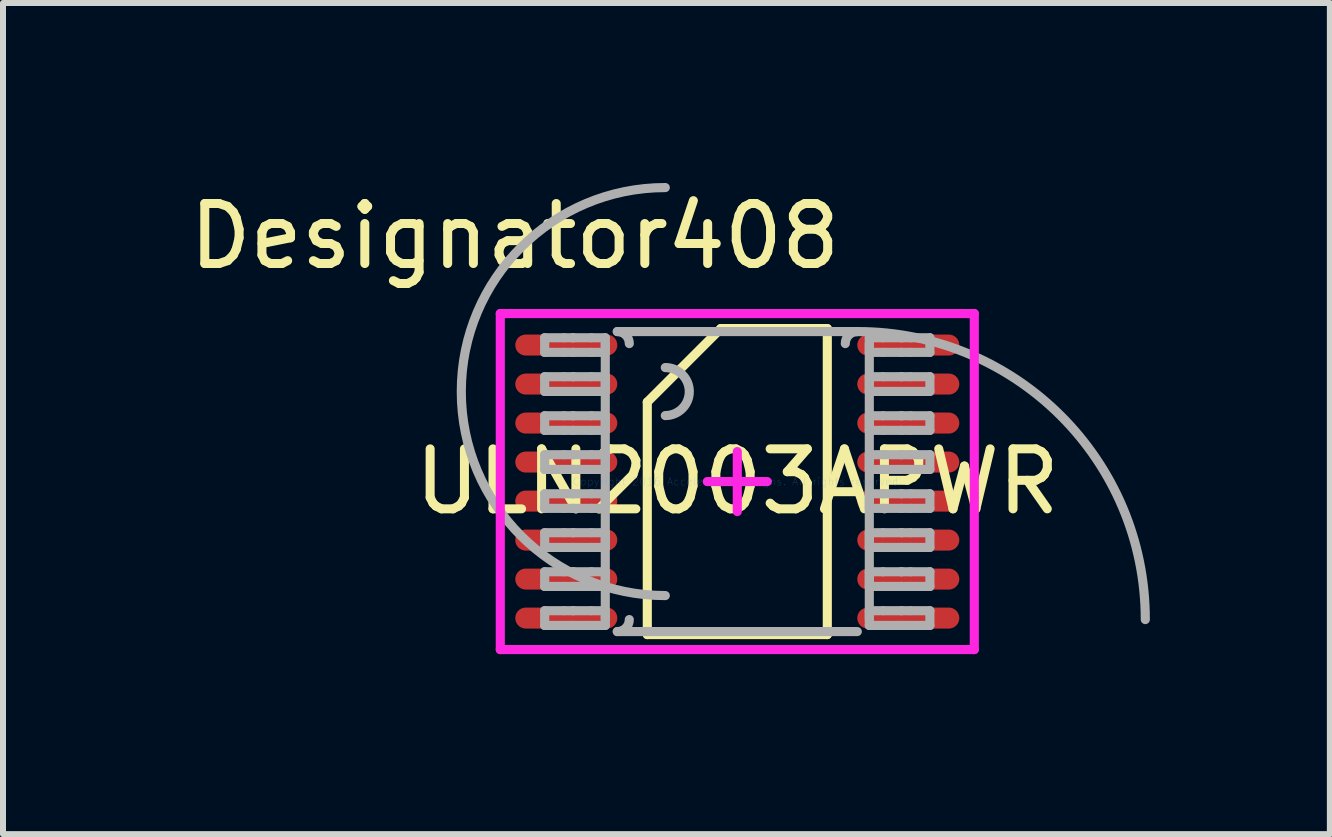
<source format=kicad_pcb>
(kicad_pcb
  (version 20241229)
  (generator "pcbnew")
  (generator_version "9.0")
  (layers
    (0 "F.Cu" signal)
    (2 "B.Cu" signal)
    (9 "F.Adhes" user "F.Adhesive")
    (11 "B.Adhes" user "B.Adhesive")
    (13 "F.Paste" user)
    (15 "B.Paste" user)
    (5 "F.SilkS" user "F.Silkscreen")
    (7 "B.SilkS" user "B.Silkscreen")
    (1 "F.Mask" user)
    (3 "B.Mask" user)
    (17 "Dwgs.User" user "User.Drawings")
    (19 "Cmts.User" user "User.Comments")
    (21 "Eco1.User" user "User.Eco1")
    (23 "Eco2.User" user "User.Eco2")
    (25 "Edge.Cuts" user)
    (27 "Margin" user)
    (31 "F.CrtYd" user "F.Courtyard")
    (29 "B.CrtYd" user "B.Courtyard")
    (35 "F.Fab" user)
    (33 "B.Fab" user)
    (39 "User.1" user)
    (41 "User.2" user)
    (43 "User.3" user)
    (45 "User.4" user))
  (footprint "ULN2003APWR"
    (layer "F.Cu")
    (at 9.238 4.976)
    (property "Reference" "ULN2003APWR" (at 0 0 0) (layer "F.SilkS") (effects (font (size 1 1) (thickness 0.15))))
    (attr through_hole)
    (fp_line (start -1.5 -1.325) (end -0.275 -2.55) (stroke (width 0.152) (type solid)) (layer "F.SilkS"))
    (fp_line (start -1.5 2.55) (end -1.5 -1.325) (stroke (width 0.152) (type solid)) (layer "F.SilkS"))
    (fp_line (start -1.5 2.55) (end 1.5 2.55) (stroke (width 0.152) (type solid)) (layer "F.SilkS"))
    (fp_line (start -0.275 -2.55) (end 1.5 -2.55) (stroke (width 0.152) (type solid)) (layer "F.SilkS"))
    (fp_line (start 1.5 2.55) (end 1.5 -2.55) (stroke (width 0.152) (type solid)) (layer "F.SilkS"))
    (fp_line (start -3.95 -2.8) (end 3.95 -2.8) (stroke (width 0.152) (type solid)) (layer "F.CrtYd"))
    (fp_line (start -3.95 2.8) (end -3.95 -2.8) (stroke (width 0.152) (type solid)) (layer "F.CrtYd"))
    (fp_line (start -3.95 2.8) (end 3.95 2.8) (stroke (width 0.152) (type solid)) (layer "F.CrtYd"))
    (fp_line (start -0.5 -0.000003) (end 0.5 -0.000003) (stroke (width 0.152) (type solid)) (layer "F.CrtYd"))
    (fp_line (start 0 0.5) (end 0 -0.5) (stroke (width 0.152) (type solid)) (layer "F.CrtYd"))
    (fp_line (start 3.95 2.8) (end 3.95 -2.8) (stroke (width 0.152) (type solid)) (layer "F.CrtYd"))
    (fp_line (start -3.21 -2.397) (end -2.887 -2.397) (stroke (width 0.152) (type solid)) (layer "F.Fab"))
    (fp_line (start -3.21 -2.153) (end -3.21 -2.397) (stroke (width 0.152) (type solid)) (layer "F.Fab"))
    (fp_line (start -3.21 -2.153) (end -2.887 -2.153) (stroke (width 0.152) (type solid)) (layer "F.Fab"))
    (fp_line (start -3.21 -1.748) (end -2.887 -1.748) (stroke (width 0.152) (type solid)) (layer "F.Fab"))
    (fp_line (start -3.21 -1.502) (end -3.21 -1.748) (stroke (width 0.152) (type solid)) (layer "F.Fab"))
    (fp_line (start -3.21 -1.502) (end -2.887 -1.502) (stroke (width 0.152) (type solid)) (layer "F.Fab"))
    (fp_line (start -3.21 -1.097) (end -2.887 -1.097) (stroke (width 0.152) (type solid)) (layer "F.Fab"))
    (fp_line (start -3.21 -0.853) (end -3.21 -1.097) (stroke (width 0.152) (type solid)) (layer "F.Fab"))
    (fp_line (start -3.21 -0.853) (end -2.887 -0.853) (stroke (width 0.152) (type solid)) (layer "F.Fab"))
    (fp_line (start -3.21 -0.448) (end -2.887 -0.448) (stroke (width 0.152) (type solid)) (layer "F.Fab"))
    (fp_line (start -3.21 -0.202) (end -3.21 -0.448) (stroke (width 0.152) (type solid)) (layer "F.Fab"))
    (fp_line (start -3.21 -0.202) (end -2.887 -0.202) (stroke (width 0.152) (type solid)) (layer "F.Fab"))
    (fp_line (start -3.21 0.203) (end -2.887 0.203) (stroke (width 0.152) (type solid)) (layer "F.Fab"))
    (fp_line (start -3.21 0.447) (end -3.21 0.203) (stroke (width 0.152) (type solid)) (layer "F.Fab"))
    (fp_line (start -3.21 0.447) (end -2.887 0.447) (stroke (width 0.152) (type solid)) (layer "F.Fab"))
    (fp_line (start -3.21 0.852) (end -2.887 0.852) (stroke (width 0.152) (type solid)) (layer "F.Fab"))
    (fp_line (start -3.21 1.098) (end -3.21 0.852) (stroke (width 0.152) (type solid)) (layer "F.Fab"))
    (fp_line (start -3.21 1.098) (end -2.887 1.098) (stroke (width 0.152) (type solid)) (layer "F.Fab"))
    (fp_line (start -3.21 1.503) (end -2.887 1.503) (stroke (width 0.152) (type solid)) (layer "F.Fab"))
    (fp_line (start -3.21 1.748) (end -3.21 1.503) (stroke (width 0.152) (type solid)) (layer "F.Fab"))
    (fp_line (start -3.21 1.748) (end -2.887 1.748) (stroke (width 0.152) (type solid)) (layer "F.Fab"))
    (fp_line (start -3.21 2.152) (end -2.887 2.152) (stroke (width 0.152) (type solid)) (layer "F.Fab"))
    (fp_line (start -3.21 2.398) (end -3.21 2.152) (stroke (width 0.152) (type solid)) (layer "F.Fab"))
    (fp_line (start -3.21 2.398) (end -2.887 2.398) (stroke (width 0.152) (type solid)) (layer "F.Fab"))
    (fp_line (start -2.887 -2.397) (end -2.739 -2.397) (stroke (width 0.152) (type solid)) (layer "F.Fab"))
    (fp_line (start -2.887 -2.153) (end -2.739 -2.153) (stroke (width 0.152) (type solid)) (layer "F.Fab"))
    (fp_line (start -2.887 -1.748) (end -2.739 -1.748) (stroke (width 0.152) (type solid)) (layer "F.Fab"))
    (fp_line (start -2.887 -1.502) (end -2.739 -1.502) (stroke (width 0.152) (type solid)) (layer "F.Fab"))
    (fp_line (start -2.887 -1.097) (end -2.739 -1.097) (stroke (width 0.152) (type solid)) (layer "F.Fab"))
    (fp_line (start -2.887 -0.853) (end -2.739 -0.853) (stroke (width 0.152) (type solid)) (layer "F.Fab"))
    (fp_line (start -2.887 -0.448) (end -2.739 -0.448) (stroke (width 0.152) (type solid)) (layer "F.Fab"))
    (fp_line (start -2.887 -0.202) (end -2.739 -0.202) (stroke (width 0.152) (type solid)) (layer "F.Fab"))
    (fp_line (start -2.887 0.203) (end -2.739 0.203) (stroke (width 0.152) (type solid)) (layer "F.Fab"))
    (fp_line (start -2.887 0.447) (end -2.739 0.447) (stroke (width 0.152) (type solid)) (layer "F.Fab"))
    (fp_line (start -2.887 0.852) (end -2.739 0.852) (stroke (width 0.152) (type solid)) (layer "F.Fab"))
    (fp_line (start -2.887 1.098) (end -2.739 1.098) (stroke (width 0.152) (type solid)) (layer "F.Fab"))
    (fp_line (start -2.887 1.503) (end -2.739 1.503) (stroke (width 0.152) (type solid)) (layer "F.Fab"))
    (fp_line (start -2.887 1.748) (end -2.739 1.748) (stroke (width 0.152) (type solid)) (layer "F.Fab"))
    (fp_line (start -2.887 2.152) (end -2.739 2.152) (stroke (width 0.152) (type solid)) (layer "F.Fab"))
    (fp_line (start -2.887 2.398) (end -2.739 2.398) (stroke (width 0.152) (type solid)) (layer "F.Fab"))
    (fp_line (start -2.739 -2.397) (end -2.733 -2.397) (stroke (width 0.152) (type solid)) (layer "F.Fab"))
    (fp_line (start -2.739 -2.153) (end -2.733 -2.153) (stroke (width 0.152) (type solid)) (layer "F.Fab"))
    (fp_line (start -2.739 -1.748) (end -2.733 -1.748) (stroke (width 0.152) (type solid)) (layer "F.Fab"))
    (fp_line (start -2.739 -1.502) (end -2.733 -1.502) (stroke (width 0.152) (type solid)) (layer "F.Fab"))
    (fp_line (start -2.739 -1.097) (end -2.733 -1.097) (stroke (width 0.152) (type solid)) (layer "F.Fab"))
    (fp_line (start -2.739 -0.853) (end -2.733 -0.853) (stroke (width 0.152) (type solid)) (layer "F.Fab"))
    (fp_line (start -2.739 -0.448) (end -2.733 -0.448) (stroke (width 0.152) (type solid)) (layer "F.Fab"))
    (fp_line (start -2.739 -0.202) (end -2.733 -0.202) (stroke (width 0.152) (type solid)) (layer "F.Fab"))
    (fp_line (start -2.739 0.203) (end -2.733 0.203) (stroke (width 0.152) (type solid)) (layer "F.Fab"))
    (fp_line (start -2.739 0.447) (end -2.733 0.447) (stroke (width 0.152) (type solid)) (layer "F.Fab"))
    (fp_line (start -2.739 0.852) (end -2.733 0.852) (stroke (width 0.152) (type solid)) (layer "F.Fab"))
    (fp_line (start -2.739 1.098) (end -2.733 1.098) (stroke (width 0.152) (type solid)) (layer "F.Fab"))
    (fp_line (start -2.739 1.503) (end -2.733 1.503) (stroke (width 0.152) (type solid)) (layer "F.Fab"))
    (fp_line (start -2.739 1.748) (end -2.733 1.748) (stroke (width 0.152) (type solid)) (layer "F.Fab"))
    (fp_line (start -2.739 2.152) (end -2.733 2.152) (stroke (width 0.152) (type solid)) (layer "F.Fab"))
    (fp_line (start -2.739 2.398) (end -2.733 2.398) (stroke (width 0.152) (type solid)) (layer "F.Fab"))
    (fp_line (start -2.733 -2.397) (end -2.431 -2.397) (stroke (width 0.152) (type solid)) (layer "F.Fab"))
    (fp_line (start -2.733 -2.153) (end -2.431 -2.153) (stroke (width 0.152) (type solid)) (layer "F.Fab"))
    (fp_line (start -2.733 -1.748) (end -2.431 -1.748) (stroke (width 0.152) (type solid)) (layer "F.Fab"))
    (fp_line (start -2.733 -1.502) (end -2.431 -1.502) (stroke (width 0.152) (type solid)) (layer "F.Fab"))
    (fp_line (start -2.733 -1.097) (end -2.431 -1.097) (stroke (width 0.152) (type solid)) (layer "F.Fab"))
    (fp_line (start -2.733 -0.853) (end -2.431 -0.853) (stroke (width 0.152) (type solid)) (layer "F.Fab"))
    (fp_line (start -2.733 -0.448) (end -2.431 -0.448) (stroke (width 0.152) (type solid)) (layer "F.Fab"))
    (fp_line (start -2.733 -0.202) (end -2.431 -0.202) (stroke (width 0.152) (type solid)) (layer "F.Fab"))
    (fp_line (start -2.733 0.203) (end -2.431 0.203) (stroke (width 0.152) (type solid)) (layer "F.Fab"))
    (fp_line (start -2.733 0.447) (end -2.431 0.447) (stroke (width 0.152) (type solid)) (layer "F.Fab"))
    (fp_line (start -2.733 0.852) (end -2.431 0.852) (stroke (width 0.152) (type solid)) (layer "F.Fab"))
    (fp_line (start -2.733 1.098) (end -2.431 1.098) (stroke (width 0.152) (type solid)) (layer "F.Fab"))
    (fp_line (start -2.733 1.503) (end -2.431 1.503) (stroke (width 0.152) (type solid)) (layer "F.Fab"))
    (fp_line (start -2.733 1.748) (end -2.431 1.748) (stroke (width 0.152) (type solid)) (layer "F.Fab"))
    (fp_line (start -2.733 2.152) (end -2.431 2.152) (stroke (width 0.152) (type solid)) (layer "F.Fab"))
    (fp_line (start -2.733 2.398) (end -2.431 2.398) (stroke (width 0.152) (type solid)) (layer "F.Fab"))
    (fp_line (start -2.431 -2.397) (end -2.2 -2.397) (stroke (width 0.152) (type solid)) (layer "F.Fab"))
    (fp_line (start -2.431 -2.153) (end -2.2 -2.153) (stroke (width 0.152) (type solid)) (layer "F.Fab"))
    (fp_line (start -2.431 -1.748) (end -2.2 -1.748) (stroke (width 0.152) (type solid)) (layer "F.Fab"))
    (fp_line (start -2.431 -1.502) (end -2.2 -1.502) (stroke (width 0.152) (type solid)) (layer "F.Fab"))
    (fp_line (start -2.431 -1.097) (end -2.2 -1.097) (stroke (width 0.152) (type solid)) (layer "F.Fab"))
    (fp_line (start -2.431 -0.853) (end -2.2 -0.853) (stroke (width 0.152) (type solid)) (layer "F.Fab"))
    (fp_line (start -2.431 -0.448) (end -2.2 -0.448) (stroke (width 0.152) (type solid)) (layer "F.Fab"))
    (fp_line (start -2.431 -0.202) (end -2.2 -0.202) (stroke (width 0.152) (type solid)) (layer "F.Fab"))
    (fp_line (start -2.431 0.203) (end -2.2 0.203) (stroke (width 0.152) (type solid)) (layer "F.Fab"))
    (fp_line (start -2.431 0.447) (end -2.2 0.447) (stroke (width 0.152) (type solid)) (layer "F.Fab"))
    (fp_line (start -2.431 0.852) (end -2.2 0.852) (stroke (width 0.152) (type solid)) (layer "F.Fab"))
    (fp_line (start -2.431 1.098) (end -2.2 1.098) (stroke (width 0.152) (type solid)) (layer "F.Fab"))
    (fp_line (start -2.431 1.503) (end -2.2 1.503) (stroke (width 0.152) (type solid)) (layer "F.Fab"))
    (fp_line (start -2.431 1.748) (end -2.2 1.748) (stroke (width 0.152) (type solid)) (layer "F.Fab"))
    (fp_line (start -2.431 2.152) (end -2.2 2.152) (stroke (width 0.152) (type solid)) (layer "F.Fab"))
    (fp_line (start -2.431 2.398) (end -2.2 2.398) (stroke (width 0.152) (type solid)) (layer "F.Fab"))
    (fp_line (start -2.2 -2.153) (end -2.2 -2.397) (stroke (width 0.152) (type solid)) (layer "F.Fab"))
    (fp_line (start -2.2 -1.502) (end -2.2 -1.748) (stroke (width 0.152) (type solid)) (layer "F.Fab"))
    (fp_line (start -2.2 -0.853) (end -2.2 -1.097) (stroke (width 0.152) (type solid)) (layer "F.Fab"))
    (fp_line (start -2.2 -0.202) (end -2.2 -0.448) (stroke (width 0.152) (type solid)) (layer "F.Fab"))
    (fp_line (start -2.2 0.447) (end -2.2 0.203) (stroke (width 0.152) (type solid)) (layer "F.Fab"))
    (fp_line (start -2.2 1.098) (end -2.2 0.852) (stroke (width 0.152) (type solid)) (layer "F.Fab"))
    (fp_line (start -2.2 1.748) (end -2.2 1.503) (stroke (width 0.152) (type solid)) (layer "F.Fab"))
    (fp_line (start -2.2 2.3) (end -2.2 -2.3) (stroke (width 0.152) (type solid)) (layer "F.Fab"))
    (fp_line (start -2.2 2.398) (end -2.2 2.152) (stroke (width 0.152) (type solid)) (layer "F.Fab"))
    (fp_line (start -2 -2.5) (end 2 -2.5) (stroke (width 0.152) (type solid)) (layer "F.Fab"))
    (fp_line (start -2 2.5) (end 2 2.5) (stroke (width 0.152) (type solid)) (layer "F.Fab"))
    (fp_line (start 2.2 -2.397) (end 2.43 -2.397) (stroke (width 0.152) (type solid)) (layer "F.Fab"))
    (fp_line (start 2.2 -2.153) (end 2.2 -2.397) (stroke (width 0.152) (type solid)) (layer "F.Fab"))
    (fp_line (start 2.2 -2.153) (end 2.43 -2.153) (stroke (width 0.152) (type solid)) (layer "F.Fab"))
    (fp_line (start 2.2 -1.748) (end 2.43 -1.748) (stroke (width 0.152) (type solid)) (layer "F.Fab"))
    (fp_line (start 2.2 -1.502) (end 2.2 -1.748) (stroke (width 0.152) (type solid)) (layer "F.Fab"))
    (fp_line (start 2.2 -1.502) (end 2.43 -1.502) (stroke (width 0.152) (type solid)) (layer "F.Fab"))
    (fp_line (start 2.2 -1.097) (end 2.43 -1.097) (stroke (width 0.152) (type solid)) (layer "F.Fab"))
    (fp_line (start 2.2 -0.853) (end 2.2 -1.097) (stroke (width 0.152) (type solid)) (layer "F.Fab"))
    (fp_line (start 2.2 -0.853) (end 2.43 -0.853) (stroke (width 0.152) (type solid)) (layer "F.Fab"))
    (fp_line (start 2.2 -0.448) (end 2.43 -0.448) (stroke (width 0.152) (type solid)) (layer "F.Fab"))
    (fp_line (start 2.2 -0.202) (end 2.2 -0.448) (stroke (width 0.152) (type solid)) (layer "F.Fab"))
    (fp_line (start 2.2 -0.202) (end 2.43 -0.202) (stroke (width 0.152) (type solid)) (layer "F.Fab"))
    (fp_line (start 2.2 0.203) (end 2.43 0.203) (stroke (width 0.152) (type solid)) (layer "F.Fab"))
    (fp_line (start 2.2 0.447) (end 2.2 0.203) (stroke (width 0.152) (type solid)) (layer "F.Fab"))
    (fp_line (start 2.2 0.447) (end 2.43 0.447) (stroke (width 0.152) (type solid)) (layer "F.Fab"))
    (fp_line (start 2.2 0.852) (end 2.43 0.852) (stroke (width 0.152) (type solid)) (layer "F.Fab"))
    (fp_line (start 2.2 1.098) (end 2.2 0.852) (stroke (width 0.152) (type solid)) (layer "F.Fab"))
    (fp_line (start 2.2 1.098) (end 2.43 1.098) (stroke (width 0.152) (type solid)) (layer "F.Fab"))
    (fp_line (start 2.2 1.503) (end 2.43 1.503) (stroke (width 0.152) (type solid)) (layer "F.Fab"))
    (fp_line (start 2.2 1.748) (end 2.2 1.503) (stroke (width 0.152) (type solid)) (layer "F.Fab"))
    (fp_line (start 2.2 1.748) (end 2.43 1.748) (stroke (width 0.152) (type solid)) (layer "F.Fab"))
    (fp_line (start 2.2 2.152) (end 2.43 2.152) (stroke (width 0.152) (type solid)) (layer "F.Fab"))
    (fp_line (start 2.2 2.3) (end 2.2 -2.3) (stroke (width 0.152) (type solid)) (layer "F.Fab"))
    (fp_line (start 2.2 2.398) (end 2.2 2.152) (stroke (width 0.152) (type solid)) (layer "F.Fab"))
    (fp_line (start 2.2 2.398) (end 2.43 2.398) (stroke (width 0.152) (type solid)) (layer "F.Fab"))
    (fp_line (start 2.43 -2.397) (end 2.733 -2.397) (stroke (width 0.152) (type solid)) (layer "F.Fab"))
    (fp_line (start 2.43 -2.153) (end 2.733 -2.153) (stroke (width 0.152) (type solid)) (layer "F.Fab"))
    (fp_line (start 2.43 -1.748) (end 2.733 -1.748) (stroke (width 0.152) (type solid)) (layer "F.Fab"))
    (fp_line (start 2.43 -1.502) (end 2.733 -1.502) (stroke (width 0.152) (type solid)) (layer "F.Fab"))
    (fp_line (start 2.43 -1.097) (end 2.733 -1.097) (stroke (width 0.152) (type solid)) (layer "F.Fab"))
    (fp_line (start 2.43 -0.853) (end 2.733 -0.853) (stroke (width 0.152) (type solid)) (layer "F.Fab"))
    (fp_line (start 2.43 -0.448) (end 2.733 -0.448) (stroke (width 0.152) (type solid)) (layer "F.Fab"))
    (fp_line (start 2.43 -0.202) (end 2.733 -0.202) (stroke (width 0.152) (type solid)) (layer "F.Fab"))
    (fp_line (start 2.43 0.203) (end 2.733 0.203) (stroke (width 0.152) (type solid)) (layer "F.Fab"))
    (fp_line (start 2.43 0.447) (end 2.733 0.447) (stroke (width 0.152) (type solid)) (layer "F.Fab"))
    (fp_line (start 2.43 0.852) (end 2.733 0.852) (stroke (width 0.152) (type solid)) (layer "F.Fab"))
    (fp_line (start 2.43 1.098) (end 2.733 1.098) (stroke (width 0.152) (type solid)) (layer "F.Fab"))
    (fp_line (start 2.43 1.503) (end 2.733 1.503) (stroke (width 0.152) (type solid)) (layer "F.Fab"))
    (fp_line (start 2.43 1.748) (end 2.733 1.748) (stroke (width 0.152) (type solid)) (layer "F.Fab"))
    (fp_line (start 2.43 2.152) (end 2.733 2.152) (stroke (width 0.152) (type solid)) (layer "F.Fab"))
    (fp_line (start 2.43 2.398) (end 2.733 2.398) (stroke (width 0.152) (type solid)) (layer "F.Fab"))
    (fp_line (start 2.733 -2.397) (end 2.739 -2.397) (stroke (width 0.152) (type solid)) (layer "F.Fab"))
    (fp_line (start 2.733 -2.153) (end 2.739 -2.153) (stroke (width 0.152) (type solid)) (layer "F.Fab"))
    (fp_line (start 2.733 -1.748) (end 2.739 -1.748) (stroke (width 0.152) (type solid)) (layer "F.Fab"))
    (fp_line (start 2.733 -1.502) (end 2.739 -1.502) (stroke (width 0.152) (type solid)) (layer "F.Fab"))
    (fp_line (start 2.733 -1.097) (end 2.739 -1.097) (stroke (width 0.152) (type solid)) (layer "F.Fab"))
    (fp_line (start 2.733 -0.853) (end 2.739 -0.853) (stroke (width 0.152) (type solid)) (layer "F.Fab"))
    (fp_line (start 2.733 -0.448) (end 2.739 -0.448) (stroke (width 0.152) (type solid)) (layer "F.Fab"))
    (fp_line (start 2.733 -0.202) (end 2.739 -0.202) (stroke (width 0.152) (type solid)) (layer "F.Fab"))
    (fp_line (start 2.733 0.203) (end 2.739 0.203) (stroke (width 0.152) (type solid)) (layer "F.Fab"))
    (fp_line (start 2.733 0.447) (end 2.739 0.447) (stroke (width 0.152) (type solid)) (layer "F.Fab"))
    (fp_line (start 2.733 0.852) (end 2.739 0.852) (stroke (width 0.152) (type solid)) (layer "F.Fab"))
    (fp_line (start 2.733 1.098) (end 2.739 1.098) (stroke (width 0.152) (type solid)) (layer "F.Fab"))
    (fp_line (start 2.733 1.503) (end 2.739 1.503) (stroke (width 0.152) (type solid)) (layer "F.Fab"))
    (fp_line (start 2.733 1.748) (end 2.739 1.748) (stroke (width 0.152) (type solid)) (layer "F.Fab"))
    (fp_line (start 2.733 2.152) (end 2.739 2.152) (stroke (width 0.152) (type solid)) (layer "F.Fab"))
    (fp_line (start 2.733 2.398) (end 2.739 2.398) (stroke (width 0.152) (type solid)) (layer "F.Fab"))
    (fp_line (start 2.739 -2.397) (end 2.887 -2.397) (stroke (width 0.152) (type solid)) (layer "F.Fab"))
    (fp_line (start 2.739 -2.153) (end 2.887 -2.153) (stroke (width 0.152) (type solid)) (layer "F.Fab"))
    (fp_line (start 2.739 -1.748) (end 2.887 -1.748) (stroke (width 0.152) (type solid)) (layer "F.Fab"))
    (fp_line (start 2.739 -1.502) (end 2.887 -1.502) (stroke (width 0.152) (type solid)) (layer "F.Fab"))
    (fp_line (start 2.739 -1.097) (end 2.887 -1.097) (stroke (width 0.152) (type solid)) (layer "F.Fab"))
    (fp_line (start 2.739 -0.853) (end 2.887 -0.853) (stroke (width 0.152) (type solid)) (layer "F.Fab"))
    (fp_line (start 2.739 -0.448) (end 2.887 -0.448) (stroke (width 0.152) (type solid)) (layer "F.Fab"))
    (fp_line (start 2.739 -0.202) (end 2.887 -0.202) (stroke (width 0.152) (type solid)) (layer "F.Fab"))
    (fp_line (start 2.739 0.203) (end 2.887 0.203) (stroke (width 0.152) (type solid)) (layer "F.Fab"))
    (fp_line (start 2.739 0.447) (end 2.887 0.447) (stroke (width 0.152) (type solid)) (layer "F.Fab"))
    (fp_line (start 2.739 0.852) (end 2.887 0.852) (stroke (width 0.152) (type solid)) (layer "F.Fab"))
    (fp_line (start 2.739 1.098) (end 2.887 1.098) (stroke (width 0.152) (type solid)) (layer "F.Fab"))
    (fp_line (start 2.739 1.503) (end 2.887 1.503) (stroke (width 0.152) (type solid)) (layer "F.Fab"))
    (fp_line (start 2.739 1.748) (end 2.887 1.748) (stroke (width 0.152) (type solid)) (layer "F.Fab"))
    (fp_line (start 2.739 2.152) (end 2.887 2.152) (stroke (width 0.152) (type solid)) (layer "F.Fab"))
    (fp_line (start 2.739 2.398) (end 2.887 2.398) (stroke (width 0.152) (type solid)) (layer "F.Fab"))
    (fp_line (start 2.887 -2.397) (end 3.21 -2.397) (stroke (width 0.152) (type solid)) (layer "F.Fab"))
    (fp_line (start 2.887 -2.153) (end 3.21 -2.153) (stroke (width 0.152) (type solid)) (layer "F.Fab"))
    (fp_line (start 2.887 -1.748) (end 3.21 -1.748) (stroke (width 0.152) (type solid)) (layer "F.Fab"))
    (fp_line (start 2.887 -1.502) (end 3.21 -1.502) (stroke (width 0.152) (type solid)) (layer "F.Fab"))
    (fp_line (start 2.887 -1.097) (end 3.21 -1.097) (stroke (width 0.152) (type solid)) (layer "F.Fab"))
    (fp_line (start 2.887 -0.853) (end 3.21 -0.853) (stroke (width 0.152) (type solid)) (layer "F.Fab"))
    (fp_line (start 2.887 -0.448) (end 3.21 -0.448) (stroke (width 0.152) (type solid)) (layer "F.Fab"))
    (fp_line (start 2.887 -0.202) (end 3.21 -0.202) (stroke (width 0.152) (type solid)) (layer "F.Fab"))
    (fp_line (start 2.887 0.203) (end 3.21 0.203) (stroke (width 0.152) (type solid)) (layer "F.Fab"))
    (fp_line (start 2.887 0.447) (end 3.21 0.447) (stroke (width 0.152) (type solid)) (layer "F.Fab"))
    (fp_line (start 2.887 0.852) (end 3.21 0.852) (stroke (width 0.152) (type solid)) (layer "F.Fab"))
    (fp_line (start 2.887 1.098) (end 3.21 1.098) (stroke (width 0.152) (type solid)) (layer "F.Fab"))
    (fp_line (start 2.887 1.503) (end 3.21 1.503) (stroke (width 0.152) (type solid)) (layer "F.Fab"))
    (fp_line (start 2.887 1.748) (end 3.21 1.748) (stroke (width 0.152) (type solid)) (layer "F.Fab"))
    (fp_line (start 2.887 2.152) (end 3.21 2.152) (stroke (width 0.152) (type solid)) (layer "F.Fab"))
    (fp_line (start 2.887 2.398) (end 3.21 2.398) (stroke (width 0.152) (type solid)) (layer "F.Fab"))
    (fp_line (start 3.21 -2.153) (end 3.21 -2.397) (stroke (width 0.152) (type solid)) (layer "F.Fab"))
    (fp_line (start 3.21 -1.502) (end 3.21 -1.748) (stroke (width 0.152) (type solid)) (layer "F.Fab"))
    (fp_line (start 3.21 -0.853) (end 3.21 -1.097) (stroke (width 0.152) (type solid)) (layer "F.Fab"))
    (fp_line (start 3.21 -0.202) (end 3.21 -0.448) (stroke (width 0.152) (type solid)) (layer "F.Fab"))
    (fp_line (start 3.21 0.447) (end 3.21 0.203) (stroke (width 0.152) (type solid)) (layer "F.Fab"))
    (fp_line (start 3.21 1.098) (end 3.21 0.852) (stroke (width 0.152) (type solid)) (layer "F.Fab"))
    (fp_line (start 3.21 1.748) (end 3.21 1.503) (stroke (width 0.152) (type solid)) (layer "F.Fab"))
    (fp_line (start 3.21 2.398) (end 3.21 2.152) (stroke (width 0.152) (type solid)) (layer "F.Fab"))
    (fp_arc (start -2.000001 -2.5) (mid -1.85858 -2.441421) (end -1.800001 -2.3) (stroke (width 0.1524) (type solid)) (layer "F.Fab"))
    (fp_arc (start -1.800001 2.300016) (mid -1.85858 2.441437) (end -2.000001 2.500016) (stroke (width 0.1524) (type solid)) (layer "F.Fab"))
    (fp_arc (start -1.200003 -1.900001) (mid -0.800004 -1.500002) (end -1.200003 -1.100003) (stroke (width 0.1524) (type solid)) (layer "F.Fab"))
    (fp_arc (start -1.200003 1.900001) (mid -4.600006 -1.500002) (end -1.200003 -4.900005) (stroke (width 0.1524) (type solid)) (layer "F.Fab"))
    (fp_arc (start 1.799991 -2.3) (mid 1.85857 -2.441421) (end 1.999991 -2.5) (stroke (width 0.1524) (type solid)) (layer "F.Fab"))
    (fp_arc (start 1.999991 -2.500015) (mid 5.394125 -1.094118) (end 6.800022 2.300016) (stroke (width 0.1524) (type solid)) (layer "F.Fab"))
    (fp_text user "Designator408" (at -3.708 -4.089 0) (layer "F.SilkS") (effects (font (size 1 1) (thickness 0.15))))
    (fp_text user "Copyright 2016 Accelerated Designs. All rights reserved." (at 0 0 0) (layer "Cmts.User") (effects (font (size 0.127 0.127) (thickness 0.002))))
    (pad "1" smd oval (at -2.85 -2.275 90) (size 0.35 1.7) (layers "F.Cu" "F.Mask" "F.Paste"))
    (pad "2" smd oval (at -2.85 -1.625 90) (size 0.35 1.7) (layers "F.Cu" "F.Mask" "F.Paste"))
    (pad "3" smd oval (at -2.85 -0.975 90) (size 0.35 1.7) (layers "F.Cu" "F.Mask" "F.Paste"))
    (pad "4" smd oval (at -2.85 -0.325 90) (size 0.35 1.7) (layers "F.Cu" "F.Mask" "F.Paste"))
    (pad "5" smd oval (at -2.85 0.325 90) (size 0.35 1.7) (layers "F.Cu" "F.Mask" "F.Paste"))
    (pad "6" smd oval (at -2.85 0.975 90) (size 0.35 1.7) (layers "F.Cu" "F.Mask" "F.Paste"))
    (pad "7" smd oval (at -2.85 1.625 90) (size 0.35 1.7) (layers "F.Cu" "F.Mask" "F.Paste"))
    (pad "8" smd oval (at -2.85 2.275 90) (size 0.35 1.7) (layers "F.Cu" "F.Mask" "F.Paste"))
    (pad "9" smd oval (at 2.85 2.275 90) (size 0.35 1.7) (layers "F.Cu" "F.Mask" "F.Paste"))
    (pad "10" smd oval (at 2.85 1.625 90) (size 0.35 1.7) (layers "F.Cu" "F.Mask" "F.Paste"))
    (pad "11" smd oval (at 2.85 0.975 90) (size 0.35 1.7) (layers "F.Cu" "F.Mask" "F.Paste"))
    (pad "12" smd oval (at 2.85 0.325 90) (size 0.35 1.7) (layers "F.Cu" "F.Mask" "F.Paste"))
    (pad "13" smd oval (at 2.85 -0.325 90) (size 0.35 1.7) (layers "F.Cu" "F.Mask" "F.Paste"))
    (pad "14" smd oval (at 2.85 -0.975 90) (size 0.35 1.7) (layers "F.Cu" "F.Mask" "F.Paste"))
    (pad "15" smd oval (at 2.85 -1.625 90) (size 0.35 1.7) (layers "F.Cu" "F.Mask" "F.Paste"))
    (pad "16" smd oval (at 2.85 -2.275 90) (size 0.35 1.7) (layers "F.Cu" "F.Mask" "F.Paste")))
  (gr_rect
    (start -3 -3)
    (end 19.114 10.852)
    (stroke (width 0.1) (type default))
    (fill no)
    (layer "Edge.Cuts")))
</source>
